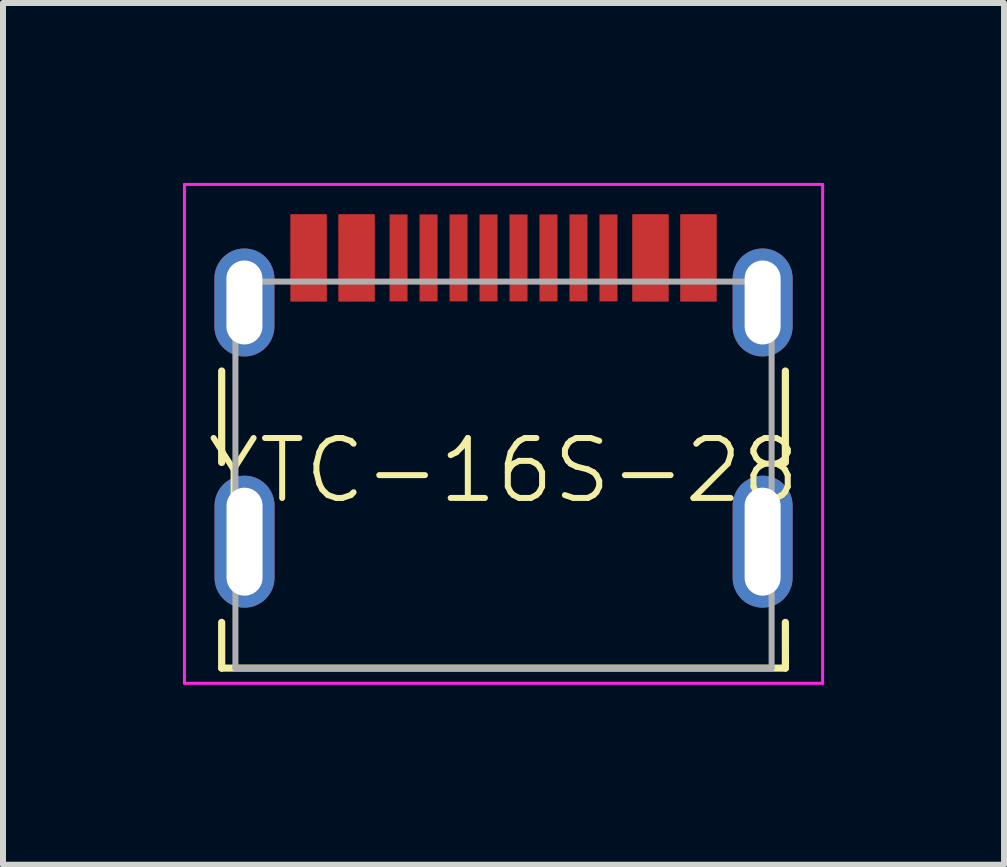
<source format=kicad_pcb>
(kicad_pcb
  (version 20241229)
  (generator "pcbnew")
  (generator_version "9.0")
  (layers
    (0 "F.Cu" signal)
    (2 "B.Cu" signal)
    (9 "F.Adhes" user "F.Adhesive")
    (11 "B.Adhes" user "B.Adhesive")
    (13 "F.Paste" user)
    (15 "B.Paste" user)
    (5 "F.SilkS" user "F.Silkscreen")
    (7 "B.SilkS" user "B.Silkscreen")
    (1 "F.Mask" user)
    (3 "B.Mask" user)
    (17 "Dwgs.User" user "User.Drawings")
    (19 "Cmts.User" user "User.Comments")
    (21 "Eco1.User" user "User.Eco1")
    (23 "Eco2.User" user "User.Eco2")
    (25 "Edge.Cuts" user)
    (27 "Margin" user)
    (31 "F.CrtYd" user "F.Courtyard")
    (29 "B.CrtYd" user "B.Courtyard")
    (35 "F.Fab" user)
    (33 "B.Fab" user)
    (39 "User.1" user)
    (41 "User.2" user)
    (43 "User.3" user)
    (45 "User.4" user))
  (footprint "YTC-16S-28"
    (layer "F.Cu")
    (at 5.345 5.295)
    (property "Reference" "YTC-16S-28" (at 0 -0.5 0) (unlocked yes) (layer "F.SilkS") (effects (font (size 1 1) (thickness 0.1))))
    (attr smd)
    (fp_line (start -4.699 2.032) (end -4.699 2.794) (stroke (width 0.12) (type solid)) (layer "F.SilkS"))
    (fp_line (start -4.699 2.794) (end 4.7 2.794) (stroke (width 0.12) (type solid)) (layer "F.SilkS"))
    (fp_line (start -4.699 -2.159) (end -4.699 -0.635) (stroke (width 0.12) (type solid)) (layer "F.SilkS"))
    (fp_line (start 4.699 2.032) (end 4.7 2.794) (stroke (width 0.12) (type solid)) (layer "F.SilkS"))
    (fp_line (start 4.699 -2.159) (end 4.699 -0.635) (stroke (width 0.12) (type solid)) (layer "F.SilkS"))
    (fp_line (start -5.32 -5.27) (end -5.32 3.048) (stroke (width 0.05) (type solid)) (layer "F.CrtYd"))
    (fp_line (start -5.32 -5.27) (end 5.32 -5.27) (stroke (width 0.05) (type solid)) (layer "F.CrtYd"))
    (fp_line (start -5.32 3.048) (end 5.32 3.048) (stroke (width 0.05) (type solid)) (layer "F.CrtYd"))
    (fp_line (start 5.32 -5.27) (end 5.32 3.048) (stroke (width 0.05) (type solid)) (layer "F.CrtYd"))
    (fp_line (start -4.47 -3.65) (end -4.47 2.794) (stroke (width 0.1) (type solid)) (layer "F.Fab"))
    (fp_line (start -4.47 -3.65) (end 4.47 -3.65) (stroke (width 0.1) (type solid)) (layer "F.Fab"))
    (fp_line (start -4.47 2.794) (end 4.47 2.794) (stroke (width 0.1) (type solid)) (layer "F.Fab"))
    (fp_line (start 4.47 -3.65) (end 4.47 2.794) (stroke (width 0.1) (type solid)) (layer "F.Fab"))
    (fp_line (start 4.318 -3.302) (end 4.318 0.686) (stroke (width 0.1) (type default)) (layer "User.1"))
    (fp_line (start 4.318 0.686) (end 4.318 2.794) (stroke (width 0.1) (type default)) (layer "User.1"))
    (pad "A1" smd rect (at -3.25 -4.045) (size 0.6 1.45) (layers "F.Cu" "F.Mask" "F.Paste"))
    (pad "A4" smd rect (at -2.45 -4.045) (size 0.6 1.45) (layers "F.Cu" "F.Mask" "F.Paste"))
    (pad "A5" smd rect (at -1.25 -4.045) (size 0.3 1.45) (layers "F.Cu" "F.Mask" "F.Paste"))
    (pad "A6" smd rect (at -0.25 -4.045) (size 0.3 1.45) (layers "F.Cu" "F.Mask" "F.Paste"))
    (pad "A7" smd rect (at 0.25 -4.045) (size 0.3 1.45) (layers "F.Cu" "F.Mask" "F.Paste"))
    (pad "A8" smd rect (at 1.25 -4.045) (size 0.3 1.45) (layers "F.Cu" "F.Mask" "F.Paste"))
    (pad "A9" smd rect (at 2.45 -4.045) (size 0.6 1.45) (layers "F.Cu" "F.Mask" "F.Paste"))
    (pad "A12" smd rect (at 3.25 -4.045) (size 0.6 1.45) (layers "F.Cu" "F.Mask" "F.Paste"))
    (pad "B1" smd rect (at 3.25 -4.045) (size 0.6 1.45) (layers "F.Cu" "F.Mask" "F.Paste"))
    (pad "B4" smd rect (at 2.45 -4.045) (size 0.6 1.45) (layers "F.Cu" "F.Mask" "F.Paste"))
    (pad "B5" smd rect (at 1.75 -4.045) (size 0.3 1.45) (layers "F.Cu" "F.Mask" "F.Paste"))
    (pad "B6" smd rect (at 0.75 -4.045) (size 0.3 1.45) (layers "F.Cu" "F.Mask" "F.Paste"))
    (pad "B7" smd rect (at -0.75 -4.045) (size 0.3 1.45) (layers "F.Cu" "F.Mask" "F.Paste"))
    (pad "B8" smd rect (at -1.75 -4.045) (size 0.3 1.45) (layers "F.Cu" "F.Mask" "F.Paste"))
    (pad "B9" smd rect (at -2.45 -4.045) (size 0.6 1.45) (layers "F.Cu" "F.Mask" "F.Paste"))
    (pad "B12" smd rect (at -3.25 -4.045) (size 0.6 1.45) (layers "F.Cu" "F.Mask" "F.Paste"))
    (pad "S1" thru_hole oval (at -4.32 -3.302) (size 1 1.8) (drill oval 0.6 1.4) (layers "*.Cu" "*.Mask"))
    (pad "S1" thru_hole oval (at -4.318 0.686) (size 1 2.2) (drill oval 0.6 1.8) (layers "*.Cu" "*.Mask"))
    (pad "S1" thru_hole oval (at 4.32 -3.302) (size 1 1.8) (drill oval 0.6 1.4) (layers "*.Cu" "*.Mask"))
    (pad "S1" thru_hole oval (at 4.32 0.686) (size 1 2.2) (drill oval 0.6 1.8) (layers "*.Cu" "*.Mask")))
  (gr_rect
    (start -3 -3)
    (end 13.69 11.368)
    (stroke (width 0.1) (type default))
    (fill no)
    (layer "Edge.Cuts")))
</source>
